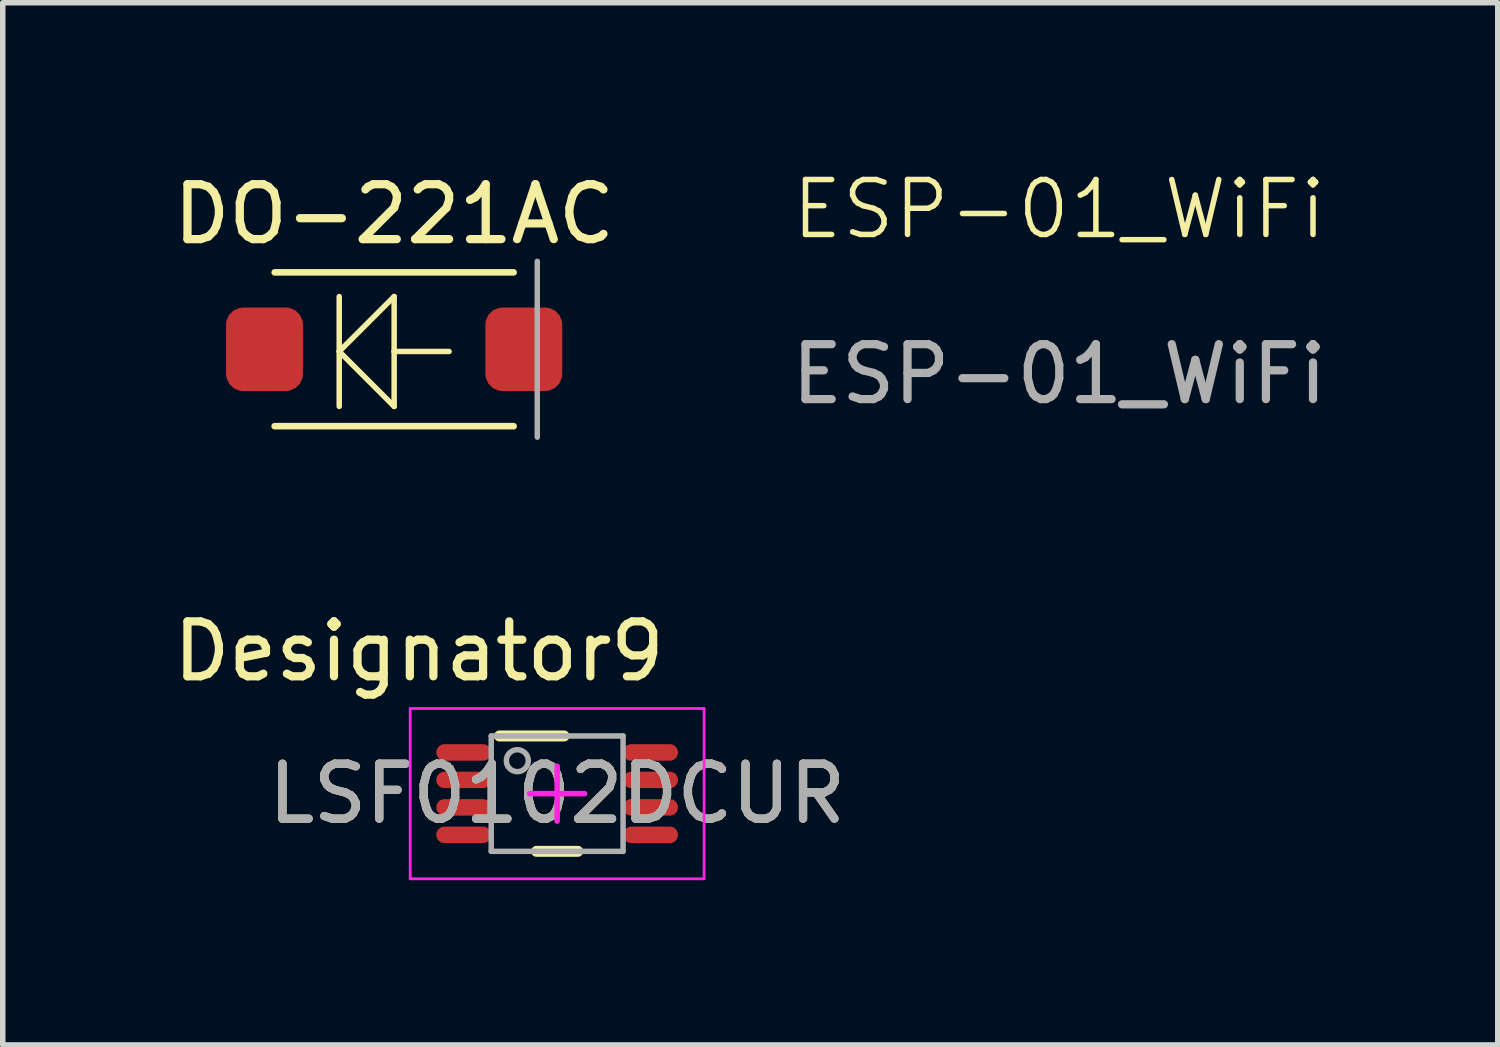
<source format=kicad_pcb>
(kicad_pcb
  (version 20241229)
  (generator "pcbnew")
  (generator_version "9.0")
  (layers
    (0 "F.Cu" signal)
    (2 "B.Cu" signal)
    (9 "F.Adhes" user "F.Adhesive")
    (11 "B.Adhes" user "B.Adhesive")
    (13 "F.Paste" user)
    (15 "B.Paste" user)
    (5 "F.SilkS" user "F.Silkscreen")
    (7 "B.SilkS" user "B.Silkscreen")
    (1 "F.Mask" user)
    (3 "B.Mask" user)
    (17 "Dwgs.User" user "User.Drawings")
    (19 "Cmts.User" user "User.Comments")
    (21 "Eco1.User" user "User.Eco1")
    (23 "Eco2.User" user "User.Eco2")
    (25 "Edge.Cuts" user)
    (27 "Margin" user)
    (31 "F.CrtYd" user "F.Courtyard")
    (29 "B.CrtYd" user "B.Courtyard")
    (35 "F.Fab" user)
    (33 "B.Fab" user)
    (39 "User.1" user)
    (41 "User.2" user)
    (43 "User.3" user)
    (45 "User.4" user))
  (footprint "ESP-01_WiFi"
    (layer "F.Cu")
    (at 16.232 1.26)
    (property "Reference" "ESP-01_WiFi" (at 0 -0.5 0) (unlocked yes) (layer "F.SilkS") (effects (font (size 1 1) (thickness 0.1))))
    (attr smd)
    (fp_text user "${REFERENCE}" (at 0 2.5 0) (unlocked yes) (layer "F.Fab") (effects (font (size 1 1) (thickness 0.15)))))
  (footprint "LSF0102DCUR"
    (layer "F.Cu")
    (at 7.092 11.397)
    (property "Reference" "LSF0102DCUR" (at 0 0 0) (unlocked yes) (layer "F.SilkS") (effects (font (size 1 1) (thickness 0.15))))
    (attr smd)
    (fp_line (start -1.05 -1.05) (end 0.125 -1.05) (stroke (width 0.2) (type solid)) (layer "F.SilkS"))
    (fp_line (start -0.375 1.05) (end 0.375 1.05) (stroke (width 0.2) (type solid)) (layer "F.SilkS"))
    (fp_line (start -2.675 -1.55) (end 2.675 -1.55) (stroke (width 0.05) (type solid)) (layer "F.CrtYd"))
    (fp_line (start -2.675 1.55) (end -2.675 -1.55) (stroke (width 0.05) (type solid)) (layer "F.CrtYd"))
    (fp_line (start -2.675 1.55) (end 2.675 1.55) (stroke (width 0.05) (type solid)) (layer "F.CrtYd"))
    (fp_line (start -0.5 0) (end 0.5 0) (stroke (width 0.1) (type solid)) (layer "F.CrtYd"))
    (fp_line (start -0.000003 0.5) (end -0.000003 -0.5) (stroke (width 0.1) (type solid)) (layer "F.CrtYd"))
    (fp_line (start 2.675 1.55) (end 2.675 -1.55) (stroke (width 0.05) (type solid)) (layer "F.CrtYd"))
    (fp_line (start -1.2 -1.05) (end 1.2 -1.05) (stroke (width 0.1) (type solid)) (layer "F.Fab"))
    (fp_line (start -1.2 1.05) (end -1.2 -1.05) (stroke (width 0.1) (type solid)) (layer "F.Fab"))
    (fp_line (start -1.2 1.05) (end 1.2 1.05) (stroke (width 0.1) (type solid)) (layer "F.Fab"))
    (fp_line (start 1.2 1.05) (end 1.2 -1.05) (stroke (width 0.1) (type solid)) (layer "F.Fab"))
    (fp_circle (center -0.725 -0.6) (end -0.525 -0.6) (stroke (width 0.1) (type solid)) (fill no) (layer "F.Fab"))
    (fp_text user "Designator9" (at -2.515 -2.591 0) (unlocked yes) (layer "F.SilkS") (effects (font (size 1 1) (thickness 0.15))))
    (fp_text user "${REFERENCE}" (at 0 0 0) (unlocked yes) (layer "F.Fab") (effects (font (size 1 1) (thickness 0.15))))
    (pad "1" smd oval (at -1.7 -0.75 90) (size 0.3 1) (layers "F.Cu" "F.Mask" "F.Paste"))
    (pad "2" smd oval (at -1.7 -0.25 90) (size 0.3 1) (layers "F.Cu" "F.Mask" "F.Paste"))
    (pad "3" smd oval (at -1.7 0.25 90) (size 0.3 1) (layers "F.Cu" "F.Mask" "F.Paste"))
    (pad "4" smd oval (at -1.7 0.75 90) (size 0.3 1) (layers "F.Cu" "F.Mask" "F.Paste"))
    (pad "5" smd oval (at 1.7 0.75 90) (size 0.3 1) (layers "F.Cu" "F.Mask" "F.Paste"))
    (pad "6" smd oval (at 1.7 0.25 90) (size 0.3 1) (layers "F.Cu" "F.Mask" "F.Paste"))
    (pad "7" smd oval (at 1.7 -0.25 90) (size 0.3 1) (layers "F.Cu" "F.Mask" "F.Paste"))
    (pad "8" smd oval (at 1.7 -0.75 90) (size 0.3 1) (layers "F.Cu" "F.Mask" "F.Paste")))
  (footprint "DO-221AC"
    (layer "F.Cu")
    (at 4.125 0.848)
    (property "Reference" "DO-221AC" (at 0 0 0) (unlocked yes) (layer "F.SilkS") (effects (font (size 1 1) (thickness 0.15))))
    (attr smd)
    (fp_line (start -2.175 3.86) (end 2.175 3.86) (stroke (width 0.12) (type solid)) (layer "F.SilkS"))
    (fp_line (start -1 1.5) (end -1 3.5) (stroke (width 0.1) (type default)) (layer "F.SilkS"))
    (fp_line (start -1 2.5) (end 0 3.5) (stroke (width 0.1) (type default)) (layer "F.SilkS"))
    (fp_line (start 0 1.5) (end -1 2.5) (stroke (width 0.1) (type default)) (layer "F.SilkS"))
    (fp_line (start 0 2.5) (end 0 1.5) (stroke (width 0.1) (type default)) (layer "F.SilkS"))
    (fp_line (start 0 3.5) (end 0 2.5) (stroke (width 0.1) (type default)) (layer "F.SilkS"))
    (fp_line (start 1 2.5) (end 0 2.5) (stroke (width 0.1) (type default)) (layer "F.SilkS"))
    (fp_line (start 2.175 1.06) (end -2.175 1.06) (stroke (width 0.12) (type solid)) (layer "F.SilkS"))
    (fp_line (start 2.605 4.06) (end 2.605 0.86) (stroke (width 0.1) (type solid)) (layer "F.Fab"))
    (pad "1" smd roundrect (at -2.36 2.46) (size 1.4 1.52) (layers "F.Cu" "F.Mask" "F.Paste") (roundrect_rratio 0.222))
    (pad "2" smd roundrect (at 2.36 2.46) (size 1.4 1.52) (layers "F.Cu" "F.Mask" "F.Paste") (roundrect_rratio 0.222)))
  (gr_rect
    (start -3 -3)
    (end 24.214 15.972)
    (stroke (width 0.1) (type default))
    (fill no)
    (layer "Edge.Cuts")))
</source>
